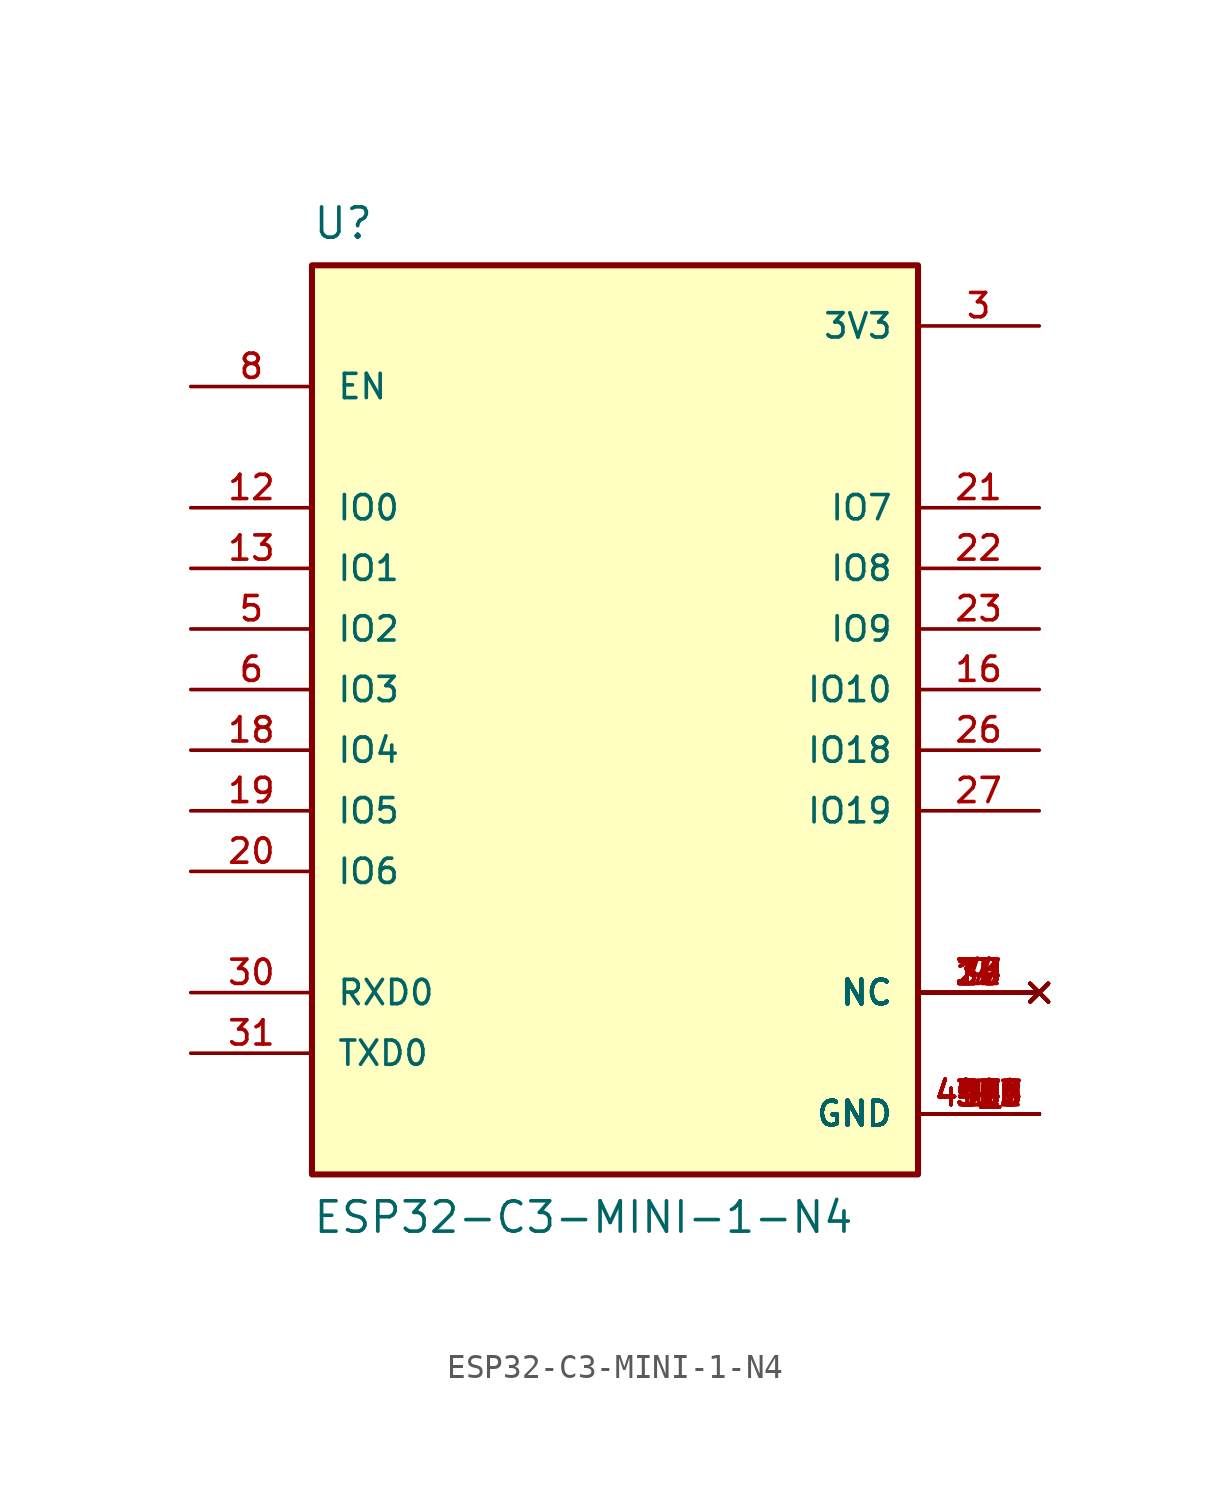
<source format=kicad_sym>
(kicad_symbol_lib
  (version 20211014)
  (generator kicad_symbol_editor)
  (symbol "ESP32-C3-MINI-1-N4"
    (pin_names
      (offset 1.016))
    (property "Reference" "U"
      (at -12.7 18.796 0)
      (effects (font (size 1.27 1.27)) (justify bottom left)))
    (property "Value" "ESP32-C3-MINI-1-N4"
      (at -12.7 -22.86 0)
      (effects (font (size 1.27 1.27)) (justify bottom left)))
    (symbol "ESP32-C3-MINI-1-N4_0_0"
      (rectangle (start -12.7 -20.32) (end 12.7 17.78) (stroke (width 0.254)) (fill (type background)))
      (pin power_in line (at 17.78 -17.78 180.0) (length 5.08) (name "GND" (effects (font (size 1.016 1.016)))) (number "1" (effects (font (size 1.016 1.016)))))
      (pin power_in line (at 17.78 -17.78 180.0) (length 5.08) (name "GND" (effects (font (size 1.016 1.016)))) (number "2" (effects (font (size 1.016 1.016)))))
      (pin power_in line (at 17.78 -17.78 180.0) (length 5.08) (name "GND" (effects (font (size 1.016 1.016)))) (number "11" (effects (font (size 1.016 1.016)))))
      (pin power_in line (at 17.78 -17.78 180.0) (length 5.08) (name "GND" (effects (font (size 1.016 1.016)))) (number "14" (effects (font (size 1.016 1.016)))))
      (pin power_in line (at 17.78 -17.78 180.0) (length 5.08) (name "GND" (effects (font (size 1.016 1.016)))) (number "36" (effects (font (size 1.016 1.016)))))
      (pin power_in line (at 17.78 -17.78 180.0) (length 5.08) (name "GND" (effects (font (size 1.016 1.016)))) (number "37" (effects (font (size 1.016 1.016)))))
      (pin power_in line (at 17.78 -17.78 180.0) (length 5.08) (name "GND" (effects (font (size 1.016 1.016)))) (number "38" (effects (font (size 1.016 1.016)))))
      (pin power_in line (at 17.78 -17.78 180.0) (length 5.08) (name "GND" (effects (font (size 1.016 1.016)))) (number "39" (effects (font (size 1.016 1.016)))))
      (pin power_in line (at 17.78 -17.78 180.0) (length 5.08) (name "GND" (effects (font (size 1.016 1.016)))) (number "40" (effects (font (size 1.016 1.016)))))
      (pin power_in line (at 17.78 -17.78 180.0) (length 5.08) (name "GND" (effects (font (size 1.016 1.016)))) (number "41" (effects (font (size 1.016 1.016)))))
      (pin power_in line (at 17.78 -17.78 180.0) (length 5.08) (name "GND" (effects (font (size 1.016 1.016)))) (number "42" (effects (font (size 1.016 1.016)))))
      (pin power_in line (at 17.78 -17.78 180.0) (length 5.08) (name "GND" (effects (font (size 1.016 1.016)))) (number "43" (effects (font (size 1.016 1.016)))))
      (pin power_in line (at 17.78 -17.78 180.0) (length 5.08) (name "GND" (effects (font (size 1.016 1.016)))) (number "44" (effects (font (size 1.016 1.016)))))
      (pin power_in line (at 17.78 -17.78 180.0) (length 5.08) (name "GND" (effects (font (size 1.016 1.016)))) (number "45" (effects (font (size 1.016 1.016)))))
      (pin power_in line (at 17.78 -17.78 180.0) (length 5.08) (name "GND" (effects (font (size 1.016 1.016)))) (number "46" (effects (font (size 1.016 1.016)))))
      (pin power_in line (at 17.78 -17.78 180.0) (length 5.08) (name "GND" (effects (font (size 1.016 1.016)))) (number "47" (effects (font (size 1.016 1.016)))))
      (pin power_in line (at 17.78 -17.78 180.0) (length 5.08) (name "GND" (effects (font (size 1.016 1.016)))) (number "48" (effects (font (size 1.016 1.016)))))
      (pin power_in line (at 17.78 -17.78 180.0) (length 5.08) (name "GND" (effects (font (size 1.016 1.016)))) (number "49_1" (effects (font (size 1.016 1.016)))))
      (pin power_in line (at 17.78 -17.78 180.0) (length 5.08) (name "GND" (effects (font (size 1.016 1.016)))) (number "49_2" (effects (font (size 1.016 1.016)))))
      (pin power_in line (at 17.78 -17.78 180.0) (length 5.08) (name "GND" (effects (font (size 1.016 1.016)))) (number "49_3" (effects (font (size 1.016 1.016)))))
      (pin power_in line (at 17.78 -17.78 180.0) (length 5.08) (name "GND" (effects (font (size 1.016 1.016)))) (number "49_4" (effects (font (size 1.016 1.016)))))
      (pin power_in line (at 17.78 -17.78 180.0) (length 5.08) (name "GND" (effects (font (size 1.016 1.016)))) (number "49_5" (effects (font (size 1.016 1.016)))))
      (pin power_in line (at 17.78 -17.78 180.0) (length 5.08) (name "GND" (effects (font (size 1.016 1.016)))) (number "49_6" (effects (font (size 1.016 1.016)))))
      (pin power_in line (at 17.78 -17.78 180.0) (length 5.08) (name "GND" (effects (font (size 1.016 1.016)))) (number "49_7" (effects (font (size 1.016 1.016)))))
      (pin power_in line (at 17.78 -17.78 180.0) (length 5.08) (name "GND" (effects (font (size 1.016 1.016)))) (number "49_8" (effects (font (size 1.016 1.016)))))
      (pin power_in line (at 17.78 -17.78 180.0) (length 5.08) (name "GND" (effects (font (size 1.016 1.016)))) (number "49_9" (effects (font (size 1.016 1.016)))))
      (pin power_in line (at 17.78 -17.78 180.0) (length 5.08) (name "GND" (effects (font (size 1.016 1.016)))) (number "50" (effects (font (size 1.016 1.016)))))
      (pin power_in line (at 17.78 -17.78 180.0) (length 5.08) (name "GND" (effects (font (size 1.016 1.016)))) (number "51" (effects (font (size 1.016 1.016)))))
      (pin power_in line (at 17.78 -17.78 180.0) (length 5.08) (name "GND" (effects (font (size 1.016 1.016)))) (number "52" (effects (font (size 1.016 1.016)))))
      (pin power_in line (at 17.78 -17.78 180.0) (length 5.08) (name "GND" (effects (font (size 1.016 1.016)))) (number "53" (effects (font (size 1.016 1.016)))))
      (pin power_in line (at 17.78 15.24 180.0) (length 5.08) (name "3V3" (effects (font (size 1.016 1.016)))) (number "3" (effects (font (size 1.016 1.016)))))
      (pin no_connect line (at 17.78 -12.7 180.0) (length 5.08) (name "NC" (effects (font (size 1.016 1.016)))) (number "4" (effects (font (size 1.016 1.016)))))
      (pin no_connect line (at 17.78 -12.7 180.0) (length 5.08) (name "NC" (effects (font (size 1.016 1.016)))) (number "7" (effects (font (size 1.016 1.016)))))
      (pin no_connect line (at 17.78 -12.7 180.0) (length 5.08) (name "NC" (effects (font (size 1.016 1.016)))) (number "9" (effects (font (size 1.016 1.016)))))
      (pin no_connect line (at 17.78 -12.7 180.0) (length 5.08) (name "NC" (effects (font (size 1.016 1.016)))) (number "10" (effects (font (size 1.016 1.016)))))
      (pin no_connect line (at 17.78 -12.7 180.0) (length 5.08) (name "NC" (effects (font (size 1.016 1.016)))) (number "15" (effects (font (size 1.016 1.016)))))
      (pin no_connect line (at 17.78 -12.7 180.0) (length 5.08) (name "NC" (effects (font (size 1.016 1.016)))) (number "17" (effects (font (size 1.016 1.016)))))
      (pin no_connect line (at 17.78 -12.7 180.0) (length 5.08) (name "NC" (effects (font (size 1.016 1.016)))) (number "24" (effects (font (size 1.016 1.016)))))
      (pin no_connect line (at 17.78 -12.7 180.0) (length 5.08) (name "NC" (effects (font (size 1.016 1.016)))) (number "25" (effects (font (size 1.016 1.016)))))
      (pin no_connect line (at 17.78 -12.7 180.0) (length 5.08) (name "NC" (effects (font (size 1.016 1.016)))) (number "28" (effects (font (size 1.016 1.016)))))
      (pin no_connect line (at 17.78 -12.7 180.0) (length 5.08) (name "NC" (effects (font (size 1.016 1.016)))) (number "29" (effects (font (size 1.016 1.016)))))
      (pin no_connect line (at 17.78 -12.7 180.0) (length 5.08) (name "NC" (effects (font (size 1.016 1.016)))) (number "32" (effects (font (size 1.016 1.016)))))
      (pin no_connect line (at 17.78 -12.7 180.0) (length 5.08) (name "NC" (effects (font (size 1.016 1.016)))) (number "33" (effects (font (size 1.016 1.016)))))
      (pin no_connect line (at 17.78 -12.7 180.0) (length 5.08) (name "NC" (effects (font (size 1.016 1.016)))) (number "34" (effects (font (size 1.016 1.016)))))
      (pin no_connect line (at 17.78 -12.7 180.0) (length 5.08) (name "NC" (effects (font (size 1.016 1.016)))) (number "35" (effects (font (size 1.016 1.016)))))
      (pin bidirectional line (at -17.78 2.54 0) (length 5.08) (name "IO2" (effects (font (size 1.016 1.016)))) (number "5" (effects (font (size 1.016 1.016)))))
      (pin bidirectional line (at -17.78 0.0 0) (length 5.08) (name "IO3" (effects (font (size 1.016 1.016)))) (number "6" (effects (font (size 1.016 1.016)))))
      (pin input line (at -17.78 12.7 0) (length 5.08) (name "EN" (effects (font (size 1.016 1.016)))) (number "8" (effects (font (size 1.016 1.016)))))
      (pin bidirectional line (at -17.78 7.62 0) (length 5.08) (name "IO0" (effects (font (size 1.016 1.016)))) (number "12" (effects (font (size 1.016 1.016)))))
      (pin bidirectional line (at -17.78 5.08 0) (length 5.08) (name "IO1" (effects (font (size 1.016 1.016)))) (number "13" (effects (font (size 1.016 1.016)))))
      (pin bidirectional line (at 17.78 0.0 180.0) (length 5.08) (name "IO10" (effects (font (size 1.016 1.016)))) (number "16" (effects (font (size 1.016 1.016)))))
      (pin bidirectional line (at -17.78 -2.54 0) (length 5.08) (name "IO4" (effects (font (size 1.016 1.016)))) (number "18" (effects (font (size 1.016 1.016)))))
      (pin bidirectional line (at -17.78 -5.08 0) (length 5.08) (name "IO5" (effects (font (size 1.016 1.016)))) (number "19" (effects (font (size 1.016 1.016)))))
      (pin bidirectional line (at -17.78 -7.62 0) (length 5.08) (name "IO6" (effects (font (size 1.016 1.016)))) (number "20" (effects (font (size 1.016 1.016)))))
      (pin bidirectional line (at 17.78 7.62 180.0) (length 5.08) (name "IO7" (effects (font (size 1.016 1.016)))) (number "21" (effects (font (size 1.016 1.016)))))
      (pin bidirectional line (at 17.78 5.08 180.0) (length 5.08) (name "IO8" (effects (font (size 1.016 1.016)))) (number "22" (effects (font (size 1.016 1.016)))))
      (pin bidirectional line (at 17.78 2.54 180.0) (length 5.08) (name "IO9" (effects (font (size 1.016 1.016)))) (number "23" (effects (font (size 1.016 1.016)))))
      (pin bidirectional line (at 17.78 -2.54 180.0) (length 5.08) (name "IO18" (effects (font (size 1.016 1.016)))) (number "26" (effects (font (size 1.016 1.016)))))
      (pin bidirectional line (at 17.78 -5.08 180.0) (length 5.08) (name "IO19" (effects (font (size 1.016 1.016)))) (number "27" (effects (font (size 1.016 1.016)))))
      (pin bidirectional line (at -17.78 -12.7 0) (length 5.08) (name "RXD0" (effects (font (size 1.016 1.016)))) (number "30" (effects (font (size 1.016 1.016)))))
      (pin bidirectional line (at -17.78 -15.24 0) (length 5.08) (name "TXD0" (effects (font (size 1.016 1.016)))) (number "31" (effects (font (size 1.016 1.016))))))))
</source>
